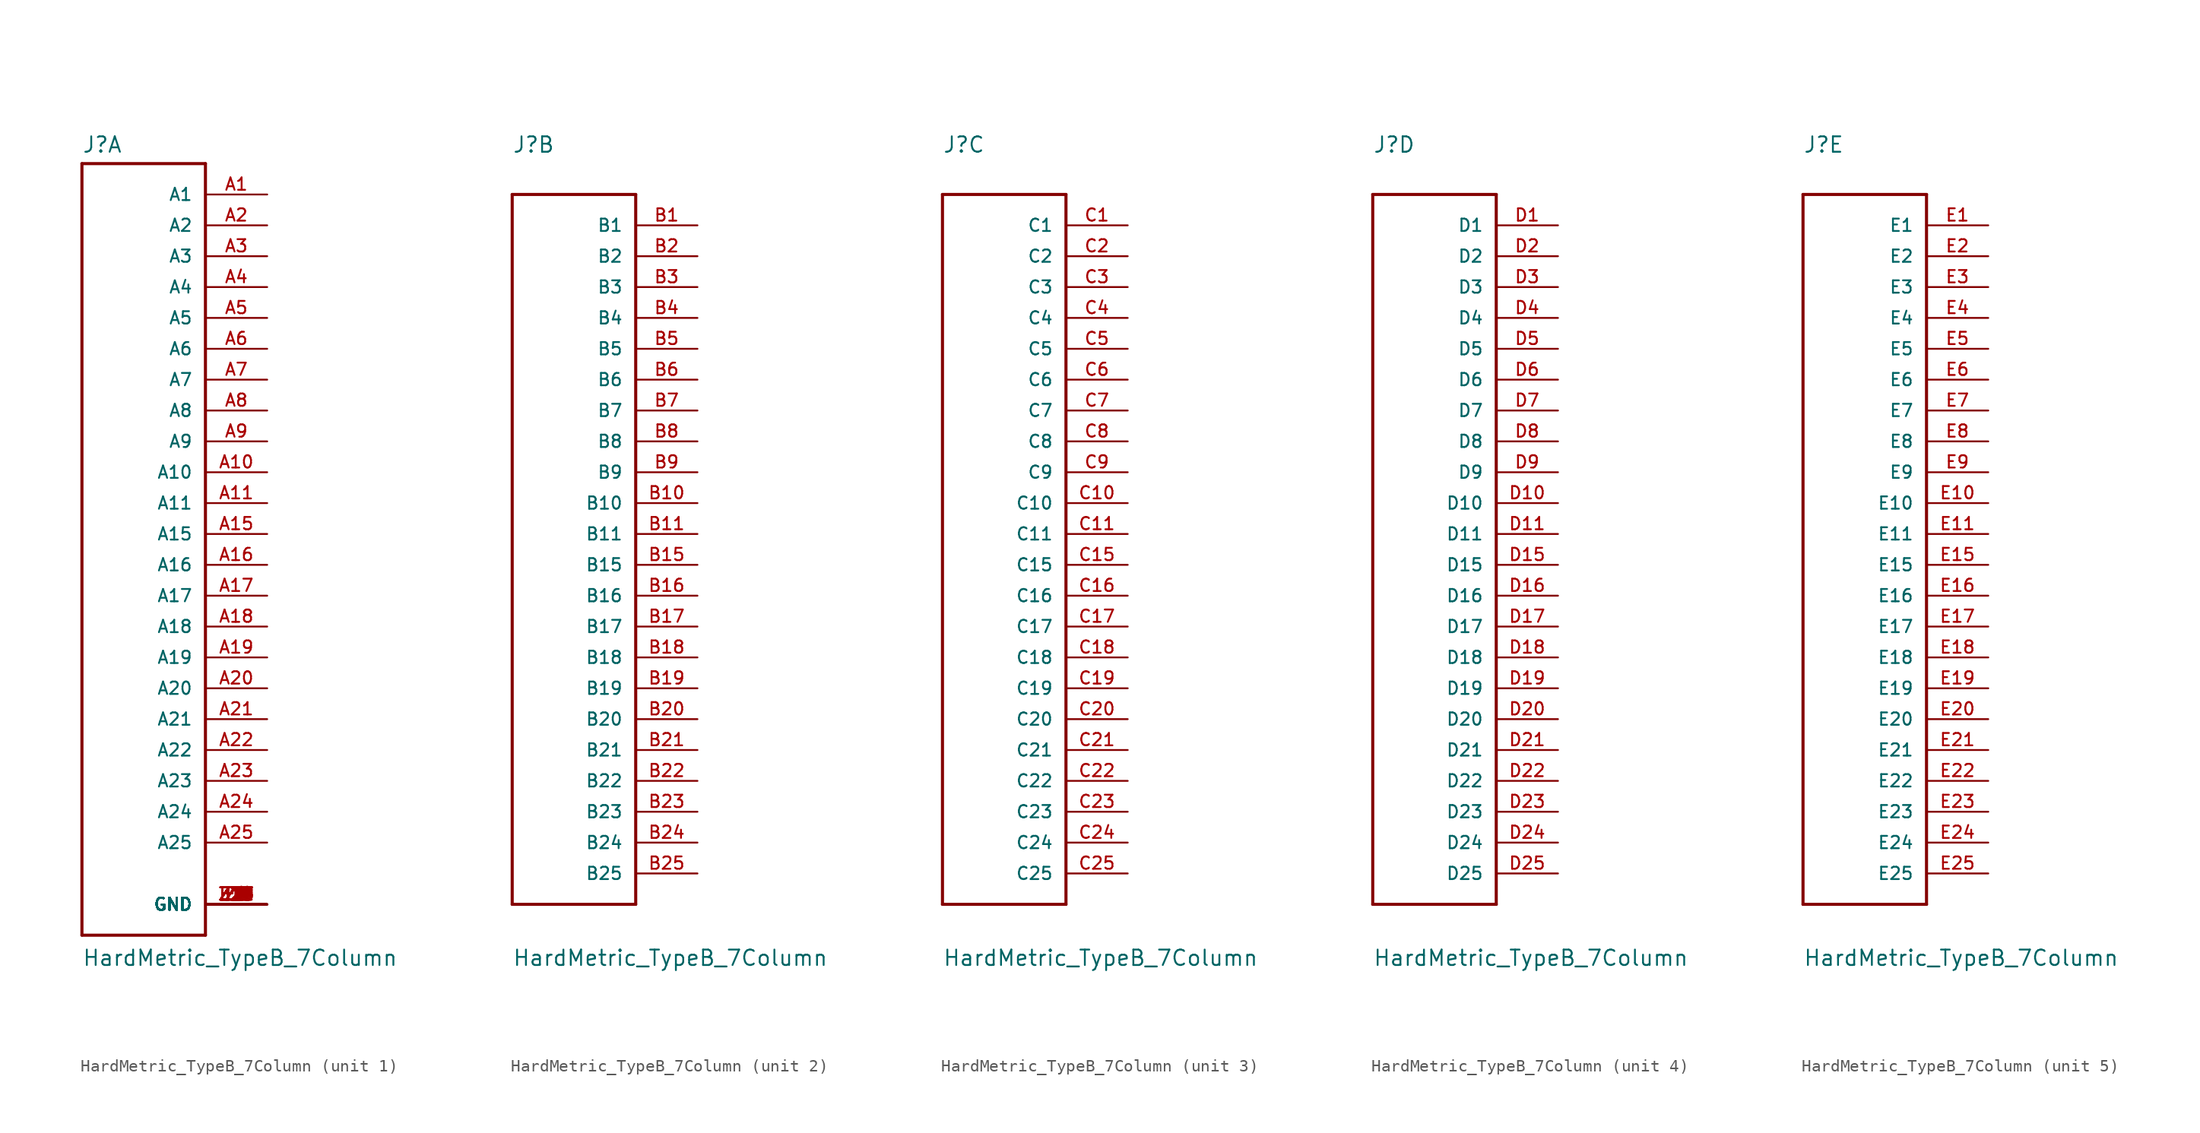
<source format=kicad_sym>
(kicad_symbol_lib
  (version 20211014)
  (generator kicad_symbol_editor)
  (symbol "HardMetric_TypeB_7Column"
    (pin_names
      (offset 1.016))
    (property "Reference" "J"
      (at -5.08 31.293 0)
      (effects (font (size 1.27 1.27)) (justify left bottom)))
    (property "Value" "HardMetric_TypeB_7Column"
      (at -5.08 -35.636 0)
      (effects (font (size 1.27 1.27)) (justify left bottom)))
    (property "ki_locked" ""
      (at 0 0 0)
      (effects (font (size 1.27 1.27))))
    (symbol "HardMetric_TypeB_7Column_1_0"
      (polyline (pts (xy -5.08 -33.02) (xy 5.08 -33.02)) (stroke (width 0.254) (type default) (color 0 0 0 0)) (fill (type none)))
      (polyline (pts (xy -5.08 30.48) (xy -5.08 -33.02)) (stroke (width 0.254) (type default) (color 0 0 0 0)) (fill (type none)))
      (polyline (pts (xy 5.08 -33.02) (xy 5.08 30.48)) (stroke (width 0.254) (type default) (color 0 0 0 0)) (fill (type none)))
      (polyline (pts (xy 5.08 30.48) (xy -5.08 30.48)) (stroke (width 0.254) (type default) (color 0 0 0 0)) (fill (type none)))
      (pin passive line (at 10.16 27.94 180) (length 5.08) (name "A1" (effects (font (size 1.016 1.016)))) (number "A1" (effects (font (size 1.016 1.016)))))
      (pin passive line (at 10.16 5.08 180) (length 5.08) (name "A10" (effects (font (size 1.016 1.016)))) (number "A10" (effects (font (size 1.016 1.016)))))
      (pin passive line (at 10.16 2.54 180) (length 5.08) (name "A11" (effects (font (size 1.016 1.016)))) (number "A11" (effects (font (size 1.016 1.016)))))
      (pin passive line (at 10.16 0 180) (length 5.08) (name "A15" (effects (font (size 1.016 1.016)))) (number "A15" (effects (font (size 1.016 1.016)))))
      (pin passive line (at 10.16 -2.54 180) (length 5.08) (name "A16" (effects (font (size 1.016 1.016)))) (number "A16" (effects (font (size 1.016 1.016)))))
      (pin passive line (at 10.16 -5.08 180) (length 5.08) (name "A17" (effects (font (size 1.016 1.016)))) (number "A17" (effects (font (size 1.016 1.016)))))
      (pin passive line (at 10.16 -7.62 180) (length 5.08) (name "A18" (effects (font (size 1.016 1.016)))) (number "A18" (effects (font (size 1.016 1.016)))))
      (pin passive line (at 10.16 -10.16 180) (length 5.08) (name "A19" (effects (font (size 1.016 1.016)))) (number "A19" (effects (font (size 1.016 1.016)))))
      (pin passive line (at 10.16 25.4 180) (length 5.08) (name "A2" (effects (font (size 1.016 1.016)))) (number "A2" (effects (font (size 1.016 1.016)))))
      (pin passive line (at 10.16 -12.7 180) (length 5.08) (name "A20" (effects (font (size 1.016 1.016)))) (number "A20" (effects (font (size 1.016 1.016)))))
      (pin passive line (at 10.16 -15.24 180) (length 5.08) (name "A21" (effects (font (size 1.016 1.016)))) (number "A21" (effects (font (size 1.016 1.016)))))
      (pin passive line (at 10.16 -17.78 180) (length 5.08) (name "A22" (effects (font (size 1.016 1.016)))) (number "A22" (effects (font (size 1.016 1.016)))))
      (pin passive line (at 10.16 -20.32 180) (length 5.08) (name "A23" (effects (font (size 1.016 1.016)))) (number "A23" (effects (font (size 1.016 1.016)))))
      (pin passive line (at 10.16 -22.86 180) (length 5.08) (name "A24" (effects (font (size 1.016 1.016)))) (number "A24" (effects (font (size 1.016 1.016)))))
      (pin passive line (at 10.16 -25.4 180) (length 5.08) (name "A25" (effects (font (size 1.016 1.016)))) (number "A25" (effects (font (size 1.016 1.016)))))
      (pin passive line (at 10.16 22.86 180) (length 5.08) (name "A3" (effects (font (size 1.016 1.016)))) (number "A3" (effects (font (size 1.016 1.016)))))
      (pin passive line (at 10.16 20.32 180) (length 5.08) (name "A4" (effects (font (size 1.016 1.016)))) (number "A4" (effects (font (size 1.016 1.016)))))
      (pin passive line (at 10.16 17.78 180) (length 5.08) (name "A5" (effects (font (size 1.016 1.016)))) (number "A5" (effects (font (size 1.016 1.016)))))
      (pin passive line (at 10.16 15.24 180) (length 5.08) (name "A6" (effects (font (size 1.016 1.016)))) (number "A6" (effects (font (size 1.016 1.016)))))
      (pin passive line (at 10.16 12.7 180) (length 5.08) (name "A7" (effects (font (size 1.016 1.016)))) (number "A7" (effects (font (size 1.016 1.016)))))
      (pin passive line (at 10.16 10.16 180) (length 5.08) (name "A8" (effects (font (size 1.016 1.016)))) (number "A8" (effects (font (size 1.016 1.016)))))
      (pin passive line (at 10.16 7.62 180) (length 5.08) (name "A9" (effects (font (size 1.016 1.016)))) (number "A9" (effects (font (size 1.016 1.016)))))
      (pin passive line (at 10.16 -30.48 180) (length 5.08) (name "GND" (effects (font (size 1.016 1.016)))) (number "F1" (effects (font (size 1.016 1.016)))))
      (pin passive line (at 10.16 -30.48 180) (length 5.08) (name "GND" (effects (font (size 1.016 1.016)))) (number "F10" (effects (font (size 1.016 1.016)))))
      (pin passive line (at 10.16 -30.48 180) (length 5.08) (name "GND" (effects (font (size 1.016 1.016)))) (number "F11" (effects (font (size 1.016 1.016)))))
      (pin passive line (at 10.16 -30.48 180) (length 5.08) (name "GND" (effects (font (size 1.016 1.016)))) (number "F15" (effects (font (size 1.016 1.016)))))
      (pin passive line (at 10.16 -30.48 180) (length 5.08) (name "GND" (effects (font (size 1.016 1.016)))) (number "F16" (effects (font (size 1.016 1.016)))))
      (pin passive line (at 10.16 -30.48 180) (length 5.08) (name "GND" (effects (font (size 1.016 1.016)))) (number "F17" (effects (font (size 1.016 1.016)))))
      (pin passive line (at 10.16 -30.48 180) (length 5.08) (name "GND" (effects (font (size 1.016 1.016)))) (number "F18" (effects (font (size 1.016 1.016)))))
      (pin passive line (at 10.16 -30.48 180) (length 5.08) (name "GND" (effects (font (size 1.016 1.016)))) (number "F19" (effects (font (size 1.016 1.016)))))
      (pin passive line (at 10.16 -30.48 180) (length 5.08) (name "GND" (effects (font (size 1.016 1.016)))) (number "F2" (effects (font (size 1.016 1.016)))))
      (pin passive line (at 10.16 -30.48 180) (length 5.08) (name "GND" (effects (font (size 1.016 1.016)))) (number "F20" (effects (font (size 1.016 1.016)))))
      (pin passive line (at 10.16 -30.48 180) (length 5.08) (name "GND" (effects (font (size 1.016 1.016)))) (number "F21" (effects (font (size 1.016 1.016)))))
      (pin passive line (at 10.16 -30.48 180) (length 5.08) (name "GND" (effects (font (size 1.016 1.016)))) (number "F22" (effects (font (size 1.016 1.016)))))
      (pin passive line (at 10.16 -30.48 180) (length 5.08) (name "GND" (effects (font (size 1.016 1.016)))) (number "F23" (effects (font (size 1.016 1.016)))))
      (pin passive line (at 10.16 -30.48 180) (length 5.08) (name "GND" (effects (font (size 1.016 1.016)))) (number "F24" (effects (font (size 1.016 1.016)))))
      (pin passive line (at 10.16 -30.48 180) (length 5.08) (name "GND" (effects (font (size 1.016 1.016)))) (number "F25" (effects (font (size 1.016 1.016)))))
      (pin passive line (at 10.16 -30.48 180) (length 5.08) (name "GND" (effects (font (size 1.016 1.016)))) (number "F3" (effects (font (size 1.016 1.016)))))
      (pin passive line (at 10.16 -30.48 180) (length 5.08) (name "GND" (effects (font (size 1.016 1.016)))) (number "F4" (effects (font (size 1.016 1.016)))))
      (pin passive line (at 10.16 -30.48 180) (length 5.08) (name "GND" (effects (font (size 1.016 1.016)))) (number "F5" (effects (font (size 1.016 1.016)))))
      (pin passive line (at 10.16 -30.48 180) (length 5.08) (name "GND" (effects (font (size 1.016 1.016)))) (number "F6" (effects (font (size 1.016 1.016)))))
      (pin passive line (at 10.16 -30.48 180) (length 5.08) (name "GND" (effects (font (size 1.016 1.016)))) (number "F7" (effects (font (size 1.016 1.016)))))
      (pin passive line (at 10.16 -30.48 180) (length 5.08) (name "GND" (effects (font (size 1.016 1.016)))) (number "F8" (effects (font (size 1.016 1.016)))))
      (pin passive line (at 10.16 -30.48 180) (length 5.08) (name "GND" (effects (font (size 1.016 1.016)))) (number "F9" (effects (font (size 1.016 1.016)))))
      (pin passive line (at 10.16 -30.48 180) (length 5.08) (name "GND" (effects (font (size 1.016 1.016)))) (number "Z1" (effects (font (size 1.016 1.016)))))
      (pin passive line (at 10.16 -30.48 180) (length 5.08) (name "GND" (effects (font (size 1.016 1.016)))) (number "Z10" (effects (font (size 1.016 1.016)))))
      (pin passive line (at 10.16 -30.48 180) (length 5.08) (name "GND" (effects (font (size 1.016 1.016)))) (number "Z11" (effects (font (size 1.016 1.016)))))
      (pin passive line (at 10.16 -30.48 180) (length 5.08) (name "GND" (effects (font (size 1.016 1.016)))) (number "Z15" (effects (font (size 1.016 1.016)))))
      (pin passive line (at 10.16 -30.48 180) (length 5.08) (name "GND" (effects (font (size 1.016 1.016)))) (number "Z16" (effects (font (size 1.016 1.016)))))
      (pin passive line (at 10.16 -30.48 180) (length 5.08) (name "GND" (effects (font (size 1.016 1.016)))) (number "Z17" (effects (font (size 1.016 1.016)))))
      (pin passive line (at 10.16 -30.48 180) (length 5.08) (name "GND" (effects (font (size 1.016 1.016)))) (number "Z18" (effects (font (size 1.016 1.016)))))
      (pin passive line (at 10.16 -30.48 180) (length 5.08) (name "GND" (effects (font (size 1.016 1.016)))) (number "Z19" (effects (font (size 1.016 1.016)))))
      (pin passive line (at 10.16 -30.48 180) (length 5.08) (name "GND" (effects (font (size 1.016 1.016)))) (number "Z2" (effects (font (size 1.016 1.016)))))
      (pin passive line (at 10.16 -30.48 180) (length 5.08) (name "GND" (effects (font (size 1.016 1.016)))) (number "Z20" (effects (font (size 1.016 1.016)))))
      (pin passive line (at 10.16 -30.48 180) (length 5.08) (name "GND" (effects (font (size 1.016 1.016)))) (number "Z21" (effects (font (size 1.016 1.016)))))
      (pin passive line (at 10.16 -30.48 180) (length 5.08) (name "GND" (effects (font (size 1.016 1.016)))) (number "Z22" (effects (font (size 1.016 1.016)))))
      (pin passive line (at 10.16 -30.48 180) (length 5.08) (name "GND" (effects (font (size 1.016 1.016)))) (number "Z23" (effects (font (size 1.016 1.016)))))
      (pin passive line (at 10.16 -30.48 180) (length 5.08) (name "GND" (effects (font (size 1.016 1.016)))) (number "Z24" (effects (font (size 1.016 1.016)))))
      (pin passive line (at 10.16 -30.48 180) (length 5.08) (name "GND" (effects (font (size 1.016 1.016)))) (number "Z25" (effects (font (size 1.016 1.016)))))
      (pin passive line (at 10.16 -30.48 180) (length 5.08) (name "GND" (effects (font (size 1.016 1.016)))) (number "Z3" (effects (font (size 1.016 1.016)))))
      (pin passive line (at 10.16 -30.48 180) (length 5.08) (name "GND" (effects (font (size 1.016 1.016)))) (number "Z4" (effects (font (size 1.016 1.016)))))
      (pin passive line (at 10.16 -30.48 180) (length 5.08) (name "GND" (effects (font (size 1.016 1.016)))) (number "Z5" (effects (font (size 1.016 1.016)))))
      (pin passive line (at 10.16 -30.48 180) (length 5.08) (name "GND" (effects (font (size 1.016 1.016)))) (number "Z6" (effects (font (size 1.016 1.016)))))
      (pin passive line (at 10.16 -30.48 180) (length 5.08) (name "GND" (effects (font (size 1.016 1.016)))) (number "Z7" (effects (font (size 1.016 1.016)))))
      (pin passive line (at 10.16 -30.48 180) (length 5.08) (name "GND" (effects (font (size 1.016 1.016)))) (number "Z8" (effects (font (size 1.016 1.016)))))
      (pin passive line (at 10.16 -30.48 180) (length 5.08) (name "GND" (effects (font (size 1.016 1.016)))) (number "Z9" (effects (font (size 1.016 1.016))))))
    (symbol "HardMetric_TypeB_7Column_2_0"
      (polyline (pts (xy -5.08 -30.48) (xy 5.08 -30.48)) (stroke (width 0.254) (type default) (color 0 0 0 0)) (fill (type none)))
      (polyline (pts (xy -5.08 27.94) (xy -5.08 -30.48)) (stroke (width 0.254) (type default) (color 0 0 0 0)) (fill (type none)))
      (polyline (pts (xy 5.08 -30.48) (xy 5.08 27.94)) (stroke (width 0.254) (type default) (color 0 0 0 0)) (fill (type none)))
      (polyline (pts (xy 5.08 27.94) (xy -5.08 27.94)) (stroke (width 0.254) (type default) (color 0 0 0 0)) (fill (type none)))
      (pin passive line (at 10.16 25.4 180) (length 5.08) (name "B1" (effects (font (size 1.016 1.016)))) (number "B1" (effects (font (size 1.016 1.016)))))
      (pin passive line (at 10.16 2.54 180) (length 5.08) (name "B10" (effects (font (size 1.016 1.016)))) (number "B10" (effects (font (size 1.016 1.016)))))
      (pin passive line (at 10.16 0 180) (length 5.08) (name "B11" (effects (font (size 1.016 1.016)))) (number "B11" (effects (font (size 1.016 1.016)))))
      (pin passive line (at 10.16 -2.54 180) (length 5.08) (name "B15" (effects (font (size 1.016 1.016)))) (number "B15" (effects (font (size 1.016 1.016)))))
      (pin passive line (at 10.16 -5.08 180) (length 5.08) (name "B16" (effects (font (size 1.016 1.016)))) (number "B16" (effects (font (size 1.016 1.016)))))
      (pin passive line (at 10.16 -7.62 180) (length 5.08) (name "B17" (effects (font (size 1.016 1.016)))) (number "B17" (effects (font (size 1.016 1.016)))))
      (pin passive line (at 10.16 -10.16 180) (length 5.08) (name "B18" (effects (font (size 1.016 1.016)))) (number "B18" (effects (font (size 1.016 1.016)))))
      (pin passive line (at 10.16 -12.7 180) (length 5.08) (name "B19" (effects (font (size 1.016 1.016)))) (number "B19" (effects (font (size 1.016 1.016)))))
      (pin passive line (at 10.16 22.86 180) (length 5.08) (name "B2" (effects (font (size 1.016 1.016)))) (number "B2" (effects (font (size 1.016 1.016)))))
      (pin passive line (at 10.16 -15.24 180) (length 5.08) (name "B20" (effects (font (size 1.016 1.016)))) (number "B20" (effects (font (size 1.016 1.016)))))
      (pin passive line (at 10.16 -17.78 180) (length 5.08) (name "B21" (effects (font (size 1.016 1.016)))) (number "B21" (effects (font (size 1.016 1.016)))))
      (pin passive line (at 10.16 -20.32 180) (length 5.08) (name "B22" (effects (font (size 1.016 1.016)))) (number "B22" (effects (font (size 1.016 1.016)))))
      (pin passive line (at 10.16 -22.86 180) (length 5.08) (name "B23" (effects (font (size 1.016 1.016)))) (number "B23" (effects (font (size 1.016 1.016)))))
      (pin passive line (at 10.16 -25.4 180) (length 5.08) (name "B24" (effects (font (size 1.016 1.016)))) (number "B24" (effects (font (size 1.016 1.016)))))
      (pin passive line (at 10.16 -27.94 180) (length 5.08) (name "B25" (effects (font (size 1.016 1.016)))) (number "B25" (effects (font (size 1.016 1.016)))))
      (pin passive line (at 10.16 20.32 180) (length 5.08) (name "B3" (effects (font (size 1.016 1.016)))) (number "B3" (effects (font (size 1.016 1.016)))))
      (pin passive line (at 10.16 17.78 180) (length 5.08) (name "B4" (effects (font (size 1.016 1.016)))) (number "B4" (effects (font (size 1.016 1.016)))))
      (pin passive line (at 10.16 15.24 180) (length 5.08) (name "B5" (effects (font (size 1.016 1.016)))) (number "B5" (effects (font (size 1.016 1.016)))))
      (pin passive line (at 10.16 12.7 180) (length 5.08) (name "B6" (effects (font (size 1.016 1.016)))) (number "B6" (effects (font (size 1.016 1.016)))))
      (pin passive line (at 10.16 10.16 180) (length 5.08) (name "B7" (effects (font (size 1.016 1.016)))) (number "B7" (effects (font (size 1.016 1.016)))))
      (pin passive line (at 10.16 7.62 180) (length 5.08) (name "B8" (effects (font (size 1.016 1.016)))) (number "B8" (effects (font (size 1.016 1.016)))))
      (pin passive line (at 10.16 5.08 180) (length 5.08) (name "B9" (effects (font (size 1.016 1.016)))) (number "B9" (effects (font (size 1.016 1.016))))))
    (symbol "HardMetric_TypeB_7Column_3_0"
      (polyline (pts (xy -5.08 -30.48) (xy 5.08 -30.48)) (stroke (width 0.254) (type default) (color 0 0 0 0)) (fill (type none)))
      (polyline (pts (xy -5.08 27.94) (xy -5.08 -30.48)) (stroke (width 0.254) (type default) (color 0 0 0 0)) (fill (type none)))
      (polyline (pts (xy 5.08 -30.48) (xy 5.08 27.94)) (stroke (width 0.254) (type default) (color 0 0 0 0)) (fill (type none)))
      (polyline (pts (xy 5.08 27.94) (xy -5.08 27.94)) (stroke (width 0.254) (type default) (color 0 0 0 0)) (fill (type none)))
      (pin passive line (at 10.16 25.4 180) (length 5.08) (name "C1" (effects (font (size 1.016 1.016)))) (number "C1" (effects (font (size 1.016 1.016)))))
      (pin passive line (at 10.16 2.54 180) (length 5.08) (name "C10" (effects (font (size 1.016 1.016)))) (number "C10" (effects (font (size 1.016 1.016)))))
      (pin passive line (at 10.16 0 180) (length 5.08) (name "C11" (effects (font (size 1.016 1.016)))) (number "C11" (effects (font (size 1.016 1.016)))))
      (pin passive line (at 10.16 -2.54 180) (length 5.08) (name "C15" (effects (font (size 1.016 1.016)))) (number "C15" (effects (font (size 1.016 1.016)))))
      (pin passive line (at 10.16 -5.08 180) (length 5.08) (name "C16" (effects (font (size 1.016 1.016)))) (number "C16" (effects (font (size 1.016 1.016)))))
      (pin passive line (at 10.16 -7.62 180) (length 5.08) (name "C17" (effects (font (size 1.016 1.016)))) (number "C17" (effects (font (size 1.016 1.016)))))
      (pin passive line (at 10.16 -10.16 180) (length 5.08) (name "C18" (effects (font (size 1.016 1.016)))) (number "C18" (effects (font (size 1.016 1.016)))))
      (pin passive line (at 10.16 -12.7 180) (length 5.08) (name "C19" (effects (font (size 1.016 1.016)))) (number "C19" (effects (font (size 1.016 1.016)))))
      (pin passive line (at 10.16 22.86 180) (length 5.08) (name "C2" (effects (font (size 1.016 1.016)))) (number "C2" (effects (font (size 1.016 1.016)))))
      (pin passive line (at 10.16 -15.24 180) (length 5.08) (name "C20" (effects (font (size 1.016 1.016)))) (number "C20" (effects (font (size 1.016 1.016)))))
      (pin passive line (at 10.16 -17.78 180) (length 5.08) (name "C21" (effects (font (size 1.016 1.016)))) (number "C21" (effects (font (size 1.016 1.016)))))
      (pin passive line (at 10.16 -20.32 180) (length 5.08) (name "C22" (effects (font (size 1.016 1.016)))) (number "C22" (effects (font (size 1.016 1.016)))))
      (pin passive line (at 10.16 -22.86 180) (length 5.08) (name "C23" (effects (font (size 1.016 1.016)))) (number "C23" (effects (font (size 1.016 1.016)))))
      (pin passive line (at 10.16 -25.4 180) (length 5.08) (name "C24" (effects (font (size 1.016 1.016)))) (number "C24" (effects (font (size 1.016 1.016)))))
      (pin passive line (at 10.16 -27.94 180) (length 5.08) (name "C25" (effects (font (size 1.016 1.016)))) (number "C25" (effects (font (size 1.016 1.016)))))
      (pin passive line (at 10.16 20.32 180) (length 5.08) (name "C3" (effects (font (size 1.016 1.016)))) (number "C3" (effects (font (size 1.016 1.016)))))
      (pin passive line (at 10.16 17.78 180) (length 5.08) (name "C4" (effects (font (size 1.016 1.016)))) (number "C4" (effects (font (size 1.016 1.016)))))
      (pin passive line (at 10.16 15.24 180) (length 5.08) (name "C5" (effects (font (size 1.016 1.016)))) (number "C5" (effects (font (size 1.016 1.016)))))
      (pin passive line (at 10.16 12.7 180) (length 5.08) (name "C6" (effects (font (size 1.016 1.016)))) (number "C6" (effects (font (size 1.016 1.016)))))
      (pin passive line (at 10.16 10.16 180) (length 5.08) (name "C7" (effects (font (size 1.016 1.016)))) (number "C7" (effects (font (size 1.016 1.016)))))
      (pin passive line (at 10.16 7.62 180) (length 5.08) (name "C8" (effects (font (size 1.016 1.016)))) (number "C8" (effects (font (size 1.016 1.016)))))
      (pin passive line (at 10.16 5.08 180) (length 5.08) (name "C9" (effects (font (size 1.016 1.016)))) (number "C9" (effects (font (size 1.016 1.016))))))
    (symbol "HardMetric_TypeB_7Column_4_0"
      (polyline (pts (xy -5.08 -30.48) (xy 5.08 -30.48)) (stroke (width 0.254) (type default) (color 0 0 0 0)) (fill (type none)))
      (polyline (pts (xy -5.08 27.94) (xy -5.08 -30.48)) (stroke (width 0.254) (type default) (color 0 0 0 0)) (fill (type none)))
      (polyline (pts (xy 5.08 -30.48) (xy 5.08 27.94)) (stroke (width 0.254) (type default) (color 0 0 0 0)) (fill (type none)))
      (polyline (pts (xy 5.08 27.94) (xy -5.08 27.94)) (stroke (width 0.254) (type default) (color 0 0 0 0)) (fill (type none)))
      (pin passive line (at 10.16 25.4 180) (length 5.08) (name "D1" (effects (font (size 1.016 1.016)))) (number "D1" (effects (font (size 1.016 1.016)))))
      (pin passive line (at 10.16 2.54 180) (length 5.08) (name "D10" (effects (font (size 1.016 1.016)))) (number "D10" (effects (font (size 1.016 1.016)))))
      (pin passive line (at 10.16 0 180) (length 5.08) (name "D11" (effects (font (size 1.016 1.016)))) (number "D11" (effects (font (size 1.016 1.016)))))
      (pin passive line (at 10.16 -2.54 180) (length 5.08) (name "D15" (effects (font (size 1.016 1.016)))) (number "D15" (effects (font (size 1.016 1.016)))))
      (pin passive line (at 10.16 -5.08 180) (length 5.08) (name "D16" (effects (font (size 1.016 1.016)))) (number "D16" (effects (font (size 1.016 1.016)))))
      (pin passive line (at 10.16 -7.62 180) (length 5.08) (name "D17" (effects (font (size 1.016 1.016)))) (number "D17" (effects (font (size 1.016 1.016)))))
      (pin passive line (at 10.16 -10.16 180) (length 5.08) (name "D18" (effects (font (size 1.016 1.016)))) (number "D18" (effects (font (size 1.016 1.016)))))
      (pin passive line (at 10.16 -12.7 180) (length 5.08) (name "D19" (effects (font (size 1.016 1.016)))) (number "D19" (effects (font (size 1.016 1.016)))))
      (pin passive line (at 10.16 22.86 180) (length 5.08) (name "D2" (effects (font (size 1.016 1.016)))) (number "D2" (effects (font (size 1.016 1.016)))))
      (pin passive line (at 10.16 -15.24 180) (length 5.08) (name "D20" (effects (font (size 1.016 1.016)))) (number "D20" (effects (font (size 1.016 1.016)))))
      (pin passive line (at 10.16 -17.78 180) (length 5.08) (name "D21" (effects (font (size 1.016 1.016)))) (number "D21" (effects (font (size 1.016 1.016)))))
      (pin passive line (at 10.16 -20.32 180) (length 5.08) (name "D22" (effects (font (size 1.016 1.016)))) (number "D22" (effects (font (size 1.016 1.016)))))
      (pin passive line (at 10.16 -22.86 180) (length 5.08) (name "D23" (effects (font (size 1.016 1.016)))) (number "D23" (effects (font (size 1.016 1.016)))))
      (pin passive line (at 10.16 -25.4 180) (length 5.08) (name "D24" (effects (font (size 1.016 1.016)))) (number "D24" (effects (font (size 1.016 1.016)))))
      (pin passive line (at 10.16 -27.94 180) (length 5.08) (name "D25" (effects (font (size 1.016 1.016)))) (number "D25" (effects (font (size 1.016 1.016)))))
      (pin passive line (at 10.16 20.32 180) (length 5.08) (name "D3" (effects (font (size 1.016 1.016)))) (number "D3" (effects (font (size 1.016 1.016)))))
      (pin passive line (at 10.16 17.78 180) (length 5.08) (name "D4" (effects (font (size 1.016 1.016)))) (number "D4" (effects (font (size 1.016 1.016)))))
      (pin passive line (at 10.16 15.24 180) (length 5.08) (name "D5" (effects (font (size 1.016 1.016)))) (number "D5" (effects (font (size 1.016 1.016)))))
      (pin passive line (at 10.16 12.7 180) (length 5.08) (name "D6" (effects (font (size 1.016 1.016)))) (number "D6" (effects (font (size 1.016 1.016)))))
      (pin passive line (at 10.16 10.16 180) (length 5.08) (name "D7" (effects (font (size 1.016 1.016)))) (number "D7" (effects (font (size 1.016 1.016)))))
      (pin passive line (at 10.16 7.62 180) (length 5.08) (name "D8" (effects (font (size 1.016 1.016)))) (number "D8" (effects (font (size 1.016 1.016)))))
      (pin passive line (at 10.16 5.08 180) (length 5.08) (name "D9" (effects (font (size 1.016 1.016)))) (number "D9" (effects (font (size 1.016 1.016))))))
    (symbol "HardMetric_TypeB_7Column_5_0"
      (polyline (pts (xy -5.08 -30.48) (xy 5.08 -30.48)) (stroke (width 0.254) (type default) (color 0 0 0 0)) (fill (type none)))
      (polyline (pts (xy -5.08 27.94) (xy -5.08 -30.48)) (stroke (width 0.254) (type default) (color 0 0 0 0)) (fill (type none)))
      (polyline (pts (xy 5.08 -30.48) (xy 5.08 27.94)) (stroke (width 0.254) (type default) (color 0 0 0 0)) (fill (type none)))
      (polyline (pts (xy 5.08 27.94) (xy -5.08 27.94)) (stroke (width 0.254) (type default) (color 0 0 0 0)) (fill (type none)))
      (pin passive line (at 10.16 25.4 180) (length 5.08) (name "E1" (effects (font (size 1.016 1.016)))) (number "E1" (effects (font (size 1.016 1.016)))))
      (pin passive line (at 10.16 2.54 180) (length 5.08) (name "E10" (effects (font (size 1.016 1.016)))) (number "E10" (effects (font (size 1.016 1.016)))))
      (pin passive line (at 10.16 0 180) (length 5.08) (name "E11" (effects (font (size 1.016 1.016)))) (number "E11" (effects (font (size 1.016 1.016)))))
      (pin passive line (at 10.16 -2.54 180) (length 5.08) (name "E15" (effects (font (size 1.016 1.016)))) (number "E15" (effects (font (size 1.016 1.016)))))
      (pin passive line (at 10.16 -5.08 180) (length 5.08) (name "E16" (effects (font (size 1.016 1.016)))) (number "E16" (effects (font (size 1.016 1.016)))))
      (pin passive line (at 10.16 -7.62 180) (length 5.08) (name "E17" (effects (font (size 1.016 1.016)))) (number "E17" (effects (font (size 1.016 1.016)))))
      (pin passive line (at 10.16 -10.16 180) (length 5.08) (name "E18" (effects (font (size 1.016 1.016)))) (number "E18" (effects (font (size 1.016 1.016)))))
      (pin passive line (at 10.16 -12.7 180) (length 5.08) (name "E19" (effects (font (size 1.016 1.016)))) (number "E19" (effects (font (size 1.016 1.016)))))
      (pin passive line (at 10.16 22.86 180) (length 5.08) (name "E2" (effects (font (size 1.016 1.016)))) (number "E2" (effects (font (size 1.016 1.016)))))
      (pin passive line (at 10.16 -15.24 180) (length 5.08) (name "E20" (effects (font (size 1.016 1.016)))) (number "E20" (effects (font (size 1.016 1.016)))))
      (pin passive line (at 10.16 -17.78 180) (length 5.08) (name "E21" (effects (font (size 1.016 1.016)))) (number "E21" (effects (font (size 1.016 1.016)))))
      (pin passive line (at 10.16 -20.32 180) (length 5.08) (name "E22" (effects (font (size 1.016 1.016)))) (number "E22" (effects (font (size 1.016 1.016)))))
      (pin passive line (at 10.16 -22.86 180) (length 5.08) (name "E23" (effects (font (size 1.016 1.016)))) (number "E23" (effects (font (size 1.016 1.016)))))
      (pin passive line (at 10.16 -25.4 180) (length 5.08) (name "E24" (effects (font (size 1.016 1.016)))) (number "E24" (effects (font (size 1.016 1.016)))))
      (pin passive line (at 10.16 -27.94 180) (length 5.08) (name "E25" (effects (font (size 1.016 1.016)))) (number "E25" (effects (font (size 1.016 1.016)))))
      (pin passive line (at 10.16 20.32 180) (length 5.08) (name "E3" (effects (font (size 1.016 1.016)))) (number "E3" (effects (font (size 1.016 1.016)))))
      (pin passive line (at 10.16 17.78 180) (length 5.08) (name "E4" (effects (font (size 1.016 1.016)))) (number "E4" (effects (font (size 1.016 1.016)))))
      (pin passive line (at 10.16 15.24 180) (length 5.08) (name "E5" (effects (font (size 1.016 1.016)))) (number "E5" (effects (font (size 1.016 1.016)))))
      (pin passive line (at 10.16 12.7 180) (length 5.08) (name "E6" (effects (font (size 1.016 1.016)))) (number "E6" (effects (font (size 1.016 1.016)))))
      (pin passive line (at 10.16 10.16 180) (length 5.08) (name "E7" (effects (font (size 1.016 1.016)))) (number "E7" (effects (font (size 1.016 1.016)))))
      (pin passive line (at 10.16 7.62 180) (length 5.08) (name "E8" (effects (font (size 1.016 1.016)))) (number "E8" (effects (font (size 1.016 1.016)))))
      (pin passive line (at 10.16 5.08 180) (length 5.08) (name "E9" (effects (font (size 1.016 1.016)))) (number "E9" (effects (font (size 1.016 1.016))))))))
</source>
